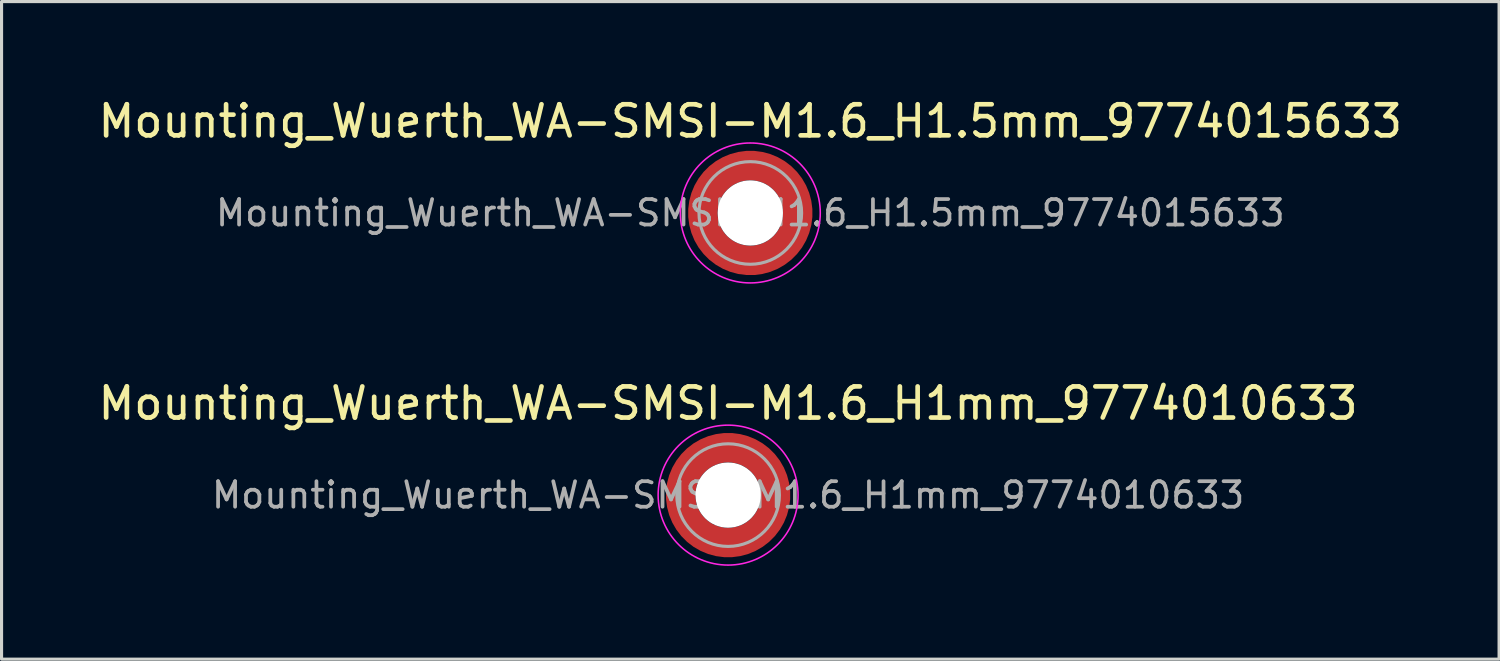
<source format=kicad_pcb>
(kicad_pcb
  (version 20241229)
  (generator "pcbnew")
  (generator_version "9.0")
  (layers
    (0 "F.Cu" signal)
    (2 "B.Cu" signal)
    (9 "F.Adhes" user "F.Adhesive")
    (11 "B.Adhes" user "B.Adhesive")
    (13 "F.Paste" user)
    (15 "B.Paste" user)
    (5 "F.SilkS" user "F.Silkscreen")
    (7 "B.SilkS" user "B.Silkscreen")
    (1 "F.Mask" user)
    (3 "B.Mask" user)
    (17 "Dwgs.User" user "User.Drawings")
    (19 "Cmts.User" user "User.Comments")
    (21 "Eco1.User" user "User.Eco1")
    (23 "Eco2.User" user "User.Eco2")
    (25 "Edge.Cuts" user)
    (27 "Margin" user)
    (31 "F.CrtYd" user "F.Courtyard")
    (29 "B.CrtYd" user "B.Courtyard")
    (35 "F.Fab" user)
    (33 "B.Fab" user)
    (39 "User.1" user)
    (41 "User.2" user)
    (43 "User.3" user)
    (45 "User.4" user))
  (footprint "Mounting_Wuerth_WA-SMSI-M1.6_H1mm_9774010633"
    (layer "F.Cu")
    (at 20.363 12.871)
    (property "Reference" "Mounting_Wuerth_WA-SMSI-M1.6_H1mm_9774010633" (at 0 -2.95 0) (layer "F.SilkS") (effects (font (size 1 1) (thickness 0.15))))
    (attr smd)
    (fp_circle (center 0 0) (end 2.25 0) (stroke (width 0.05) (type solid)) (fill no) (layer "F.CrtYd"))
    (fp_circle (center 0 0) (end 1.65 0) (stroke (width 0.1) (type solid)) (fill no) (layer "F.Fab"))
    (fp_text user "${REFERENCE}" (at 0 0 0) (layer "F.Fab") (effects (font (size 0.82 0.82) (thickness 0.12))))
    (pad "" smd custom (at -1.061 -1.061) (size 0.4 0.4) (layers "F.Paste") (options (anchor circle)) (primitives (gr_arc (start -0.101235 0.76066) (mid 0.212132 0.212132) (end 0.76066 -0.101235) (width 0.2)) (gr_arc (start -0.204251 0.76066) (mid 0.141421 0.141421) (end 0.76066 -0.204251) (width 0.2)) (gr_arc (start -0.306819 0.76066) (mid 0.070711 0.070711) (end 0.76066 -0.306819) (width 0.2)) (gr_arc (start -0.409034 0.76066) (mid 0 0) (end 0.76066 -0.409034) (width 0.2)) (gr_arc (start -0.510963 0.76066) (mid -0.070711 -0.070711) (end 0.76066 -0.510963) (width 0.2)) (gr_arc (start -0.61266 0.76066) (mid -0.141421 -0.141421) (end 0.76066 -0.61266) (width 0.2)) (gr_arc (start -0.714164 0.76066) (mid -0.212132 -0.212132) (end 0.76066 -0.714164) (width 0.2)) (gr_line (start 0.761 -0.101) (end 0.761 -0.714) (width 0.2)) (gr_line (start -0.101 0.761) (end -0.714 0.761) (width 0.2))))
    (pad "" smd custom (at -1.061 1.061) (size 0.4 0.4) (layers "F.Paste") (options (anchor circle)) (primitives (gr_arc (start 0.76066 0.101235) (mid 0.212132 -0.212132) (end -0.101235 -0.76066) (width 0.2)) (gr_arc (start 0.76066 0.204251) (mid 0.141421 -0.141421) (end -0.204251 -0.76066) (width 0.2)) (gr_arc (start 0.76066 0.306819) (mid 0.070711 -0.070711) (end -0.306819 -0.76066) (width 0.2)) (gr_arc (start 0.76066 0.409034) (mid 0 0) (end -0.409034 -0.76066) (width 0.2)) (gr_arc (start 0.76066 0.510963) (mid -0.070711 0.070711) (end -0.510963 -0.76066) (width 0.2)) (gr_arc (start 0.76066 0.61266) (mid -0.141421 0.141421) (end -0.61266 -0.76066) (width 0.2)) (gr_arc (start 0.76066 0.714164) (mid -0.212132 0.212132) (end -0.714164 -0.76066) (width 0.2)) (gr_line (start -0.101 -0.761) (end -0.714 -0.761) (width 0.2)) (gr_line (start 0.761 0.101) (end 0.761 0.714) (width 0.2))))
    (pad "" np_thru_hole circle (at 0 0) (size 2.1 2.1) (drill 2.1) (layers "*.Cu" "*.Mask"))
    (pad "" smd custom (at 1.061 -1.061) (size 0.4 0.4) (layers "F.Paste") (options (anchor circle)) (primitives (gr_arc (start -0.76066 -0.101235) (mid -0.212132 0.212132) (end 0.101235 0.76066) (width 0.2)) (gr_arc (start -0.76066 -0.204251) (mid -0.141421 0.141421) (end 0.204251 0.76066) (width 0.2)) (gr_arc (start -0.76066 -0.306819) (mid -0.070711 0.070711) (end 0.306819 0.76066) (width 0.2)) (gr_arc (start -0.76066 -0.409034) (mid 0 0) (end 0.409034 0.76066) (width 0.2)) (gr_arc (start -0.76066 -0.510963) (mid 0.070711 -0.070711) (end 0.510963 0.76066) (width 0.2)) (gr_arc (start -0.76066 -0.61266) (mid 0.141421 -0.141421) (end 0.61266 0.76066) (width 0.2)) (gr_arc (start -0.76066 -0.714164) (mid 0.212132 -0.212132) (end 0.714164 0.76066) (width 0.2)) (gr_line (start 0.101 0.761) (end 0.714 0.761) (width 0.2)) (gr_line (start -0.761 -0.101) (end -0.761 -0.714) (width 0.2))))
    (pad "" smd custom (at 1.061 1.061) (size 0.4 0.4) (layers "F.Paste") (options (anchor circle)) (primitives (gr_arc (start 0.101235 -0.76066) (mid -0.212132 -0.212132) (end -0.76066 0.101235) (width 0.2)) (gr_arc (start 0.204251 -0.76066) (mid -0.141421 -0.141421) (end -0.76066 0.204251) (width 0.2)) (gr_arc (start 0.306819 -0.76066) (mid -0.070711 -0.070711) (end -0.76066 0.306819) (width 0.2)) (gr_arc (start 0.409034 -0.76066) (mid 0 0) (end -0.76066 0.409034) (width 0.2)) (gr_arc (start 0.510963 -0.76066) (mid 0.070711 0.070711) (end -0.76066 0.510963) (width 0.2)) (gr_arc (start 0.61266 -0.76066) (mid 0.141421 0.141421) (end -0.76066 0.61266) (width 0.2)) (gr_arc (start 0.714164 -0.76066) (mid 0.212132 0.212132) (end -0.76066 0.714164) (width 0.2)) (gr_line (start -0.761 0.101) (end -0.761 0.714) (width 0.2)) (gr_line (start 0.101 -0.761) (end 0.714 -0.761) (width 0.2))))
    (pad "1" smd circle (at -1.525 0) (size 0.55 0.55) (layers "F.Cu"))
    (pad "1" smd circle (at 0 -1.525) (size 0.55 0.55) (layers "F.Cu"))
    (pad "1" smd circle (at 0 1.525) (size 0.55 0.55) (layers "F.Cu"))
    (pad "1" smd custom (at 1.525 0) (size 0.55 0.55) (layers "F.Cu" "F.Mask") (options (anchor circle)) (primitives (gr_circle (center -1.525 0) (end 0 0) (width 0.95) (fill no)))))
  (footprint "Mounting_Wuerth_WA-SMSI-M1.6_H1.5mm_9774015633"
    (layer "F.Cu")
    (at 21.077 3.798)
    (property "Reference" "Mounting_Wuerth_WA-SMSI-M1.6_H1.5mm_9774015633" (at 0 -2.95 0) (layer "F.SilkS") (effects (font (size 1 1) (thickness 0.15))))
    (attr smd)
    (fp_circle (center 0 0) (end 2.25 0) (stroke (width 0.05) (type solid)) (fill no) (layer "F.CrtYd"))
    (fp_circle (center 0 0) (end 1.65 0) (stroke (width 0.1) (type solid)) (fill no) (layer "F.Fab"))
    (fp_text user "${REFERENCE}" (at 0 0 0) (layer "F.Fab") (effects (font (size 0.82 0.82) (thickness 0.12))))
    (pad "" smd custom (at -1.061 -1.061) (size 0.4 0.4) (layers "F.Paste") (options (anchor circle)) (primitives (gr_arc (start -0.101235 0.76066) (mid 0.212132 0.212132) (end 0.76066 -0.101235) (width 0.2)) (gr_arc (start -0.204251 0.76066) (mid 0.141421 0.141421) (end 0.76066 -0.204251) (width 0.2)) (gr_arc (start -0.306819 0.76066) (mid 0.070711 0.070711) (end 0.76066 -0.306819) (width 0.2)) (gr_arc (start -0.409034 0.76066) (mid 0 0) (end 0.76066 -0.409034) (width 0.2)) (gr_arc (start -0.510963 0.76066) (mid -0.070711 -0.070711) (end 0.76066 -0.510963) (width 0.2)) (gr_arc (start -0.61266 0.76066) (mid -0.141421 -0.141421) (end 0.76066 -0.61266) (width 0.2)) (gr_arc (start -0.714164 0.76066) (mid -0.212132 -0.212132) (end 0.76066 -0.714164) (width 0.2)) (gr_line (start 0.761 -0.101) (end 0.761 -0.714) (width 0.2)) (gr_line (start -0.101 0.761) (end -0.714 0.761) (width 0.2))))
    (pad "" smd custom (at -1.061 1.061) (size 0.4 0.4) (layers "F.Paste") (options (anchor circle)) (primitives (gr_arc (start 0.76066 0.101235) (mid 0.212132 -0.212132) (end -0.101235 -0.76066) (width 0.2)) (gr_arc (start 0.76066 0.204251) (mid 0.141421 -0.141421) (end -0.204251 -0.76066) (width 0.2)) (gr_arc (start 0.76066 0.306819) (mid 0.070711 -0.070711) (end -0.306819 -0.76066) (width 0.2)) (gr_arc (start 0.76066 0.409034) (mid 0 0) (end -0.409034 -0.76066) (width 0.2)) (gr_arc (start 0.76066 0.510963) (mid -0.070711 0.070711) (end -0.510963 -0.76066) (width 0.2)) (gr_arc (start 0.76066 0.61266) (mid -0.141421 0.141421) (end -0.61266 -0.76066) (width 0.2)) (gr_arc (start 0.76066 0.714164) (mid -0.212132 0.212132) (end -0.714164 -0.76066) (width 0.2)) (gr_line (start -0.101 -0.761) (end -0.714 -0.761) (width 0.2)) (gr_line (start 0.761 0.101) (end 0.761 0.714) (width 0.2))))
    (pad "" np_thru_hole circle (at 0 0) (size 2.1 2.1) (drill 2.1) (layers "*.Cu" "*.Mask"))
    (pad "" smd custom (at 1.061 -1.061) (size 0.4 0.4) (layers "F.Paste") (options (anchor circle)) (primitives (gr_arc (start -0.76066 -0.101235) (mid -0.212132 0.212132) (end 0.101235 0.76066) (width 0.2)) (gr_arc (start -0.76066 -0.204251) (mid -0.141421 0.141421) (end 0.204251 0.76066) (width 0.2)) (gr_arc (start -0.76066 -0.306819) (mid -0.070711 0.070711) (end 0.306819 0.76066) (width 0.2)) (gr_arc (start -0.76066 -0.409034) (mid 0 0) (end 0.409034 0.76066) (width 0.2)) (gr_arc (start -0.76066 -0.510963) (mid 0.070711 -0.070711) (end 0.510963 0.76066) (width 0.2)) (gr_arc (start -0.76066 -0.61266) (mid 0.141421 -0.141421) (end 0.61266 0.76066) (width 0.2)) (gr_arc (start -0.76066 -0.714164) (mid 0.212132 -0.212132) (end 0.714164 0.76066) (width 0.2)) (gr_line (start 0.101 0.761) (end 0.714 0.761) (width 0.2)) (gr_line (start -0.761 -0.101) (end -0.761 -0.714) (width 0.2))))
    (pad "" smd custom (at 1.061 1.061) (size 0.4 0.4) (layers "F.Paste") (options (anchor circle)) (primitives (gr_arc (start 0.101235 -0.76066) (mid -0.212132 -0.212132) (end -0.76066 0.101235) (width 0.2)) (gr_arc (start 0.204251 -0.76066) (mid -0.141421 -0.141421) (end -0.76066 0.204251) (width 0.2)) (gr_arc (start 0.306819 -0.76066) (mid -0.070711 -0.070711) (end -0.76066 0.306819) (width 0.2)) (gr_arc (start 0.409034 -0.76066) (mid 0 0) (end -0.76066 0.409034) (width 0.2)) (gr_arc (start 0.510963 -0.76066) (mid 0.070711 0.070711) (end -0.76066 0.510963) (width 0.2)) (gr_arc (start 0.61266 -0.76066) (mid 0.141421 0.141421) (end -0.76066 0.61266) (width 0.2)) (gr_arc (start 0.714164 -0.76066) (mid 0.212132 0.212132) (end -0.76066 0.714164) (width 0.2)) (gr_line (start -0.761 0.101) (end -0.761 0.714) (width 0.2)) (gr_line (start 0.101 -0.761) (end 0.714 -0.761) (width 0.2))))
    (pad "1" smd circle (at -1.525 0) (size 0.55 0.55) (layers "F.Cu"))
    (pad "1" smd circle (at 0 -1.525) (size 0.55 0.55) (layers "F.Cu"))
    (pad "1" smd circle (at 0 1.525) (size 0.55 0.55) (layers "F.Cu"))
    (pad "1" smd custom (at 1.525 0) (size 0.55 0.55) (layers "F.Cu" "F.Mask") (options (anchor circle)) (primitives (gr_circle (center -1.525 0) (end 0 0) (width 0.95) (fill no)))))
  (gr_rect
    (start -3 -3)
    (end 45.155 18.146)
    (stroke (width 0.1) (type default))
    (fill no)
    (layer "Edge.Cuts")))
</source>
